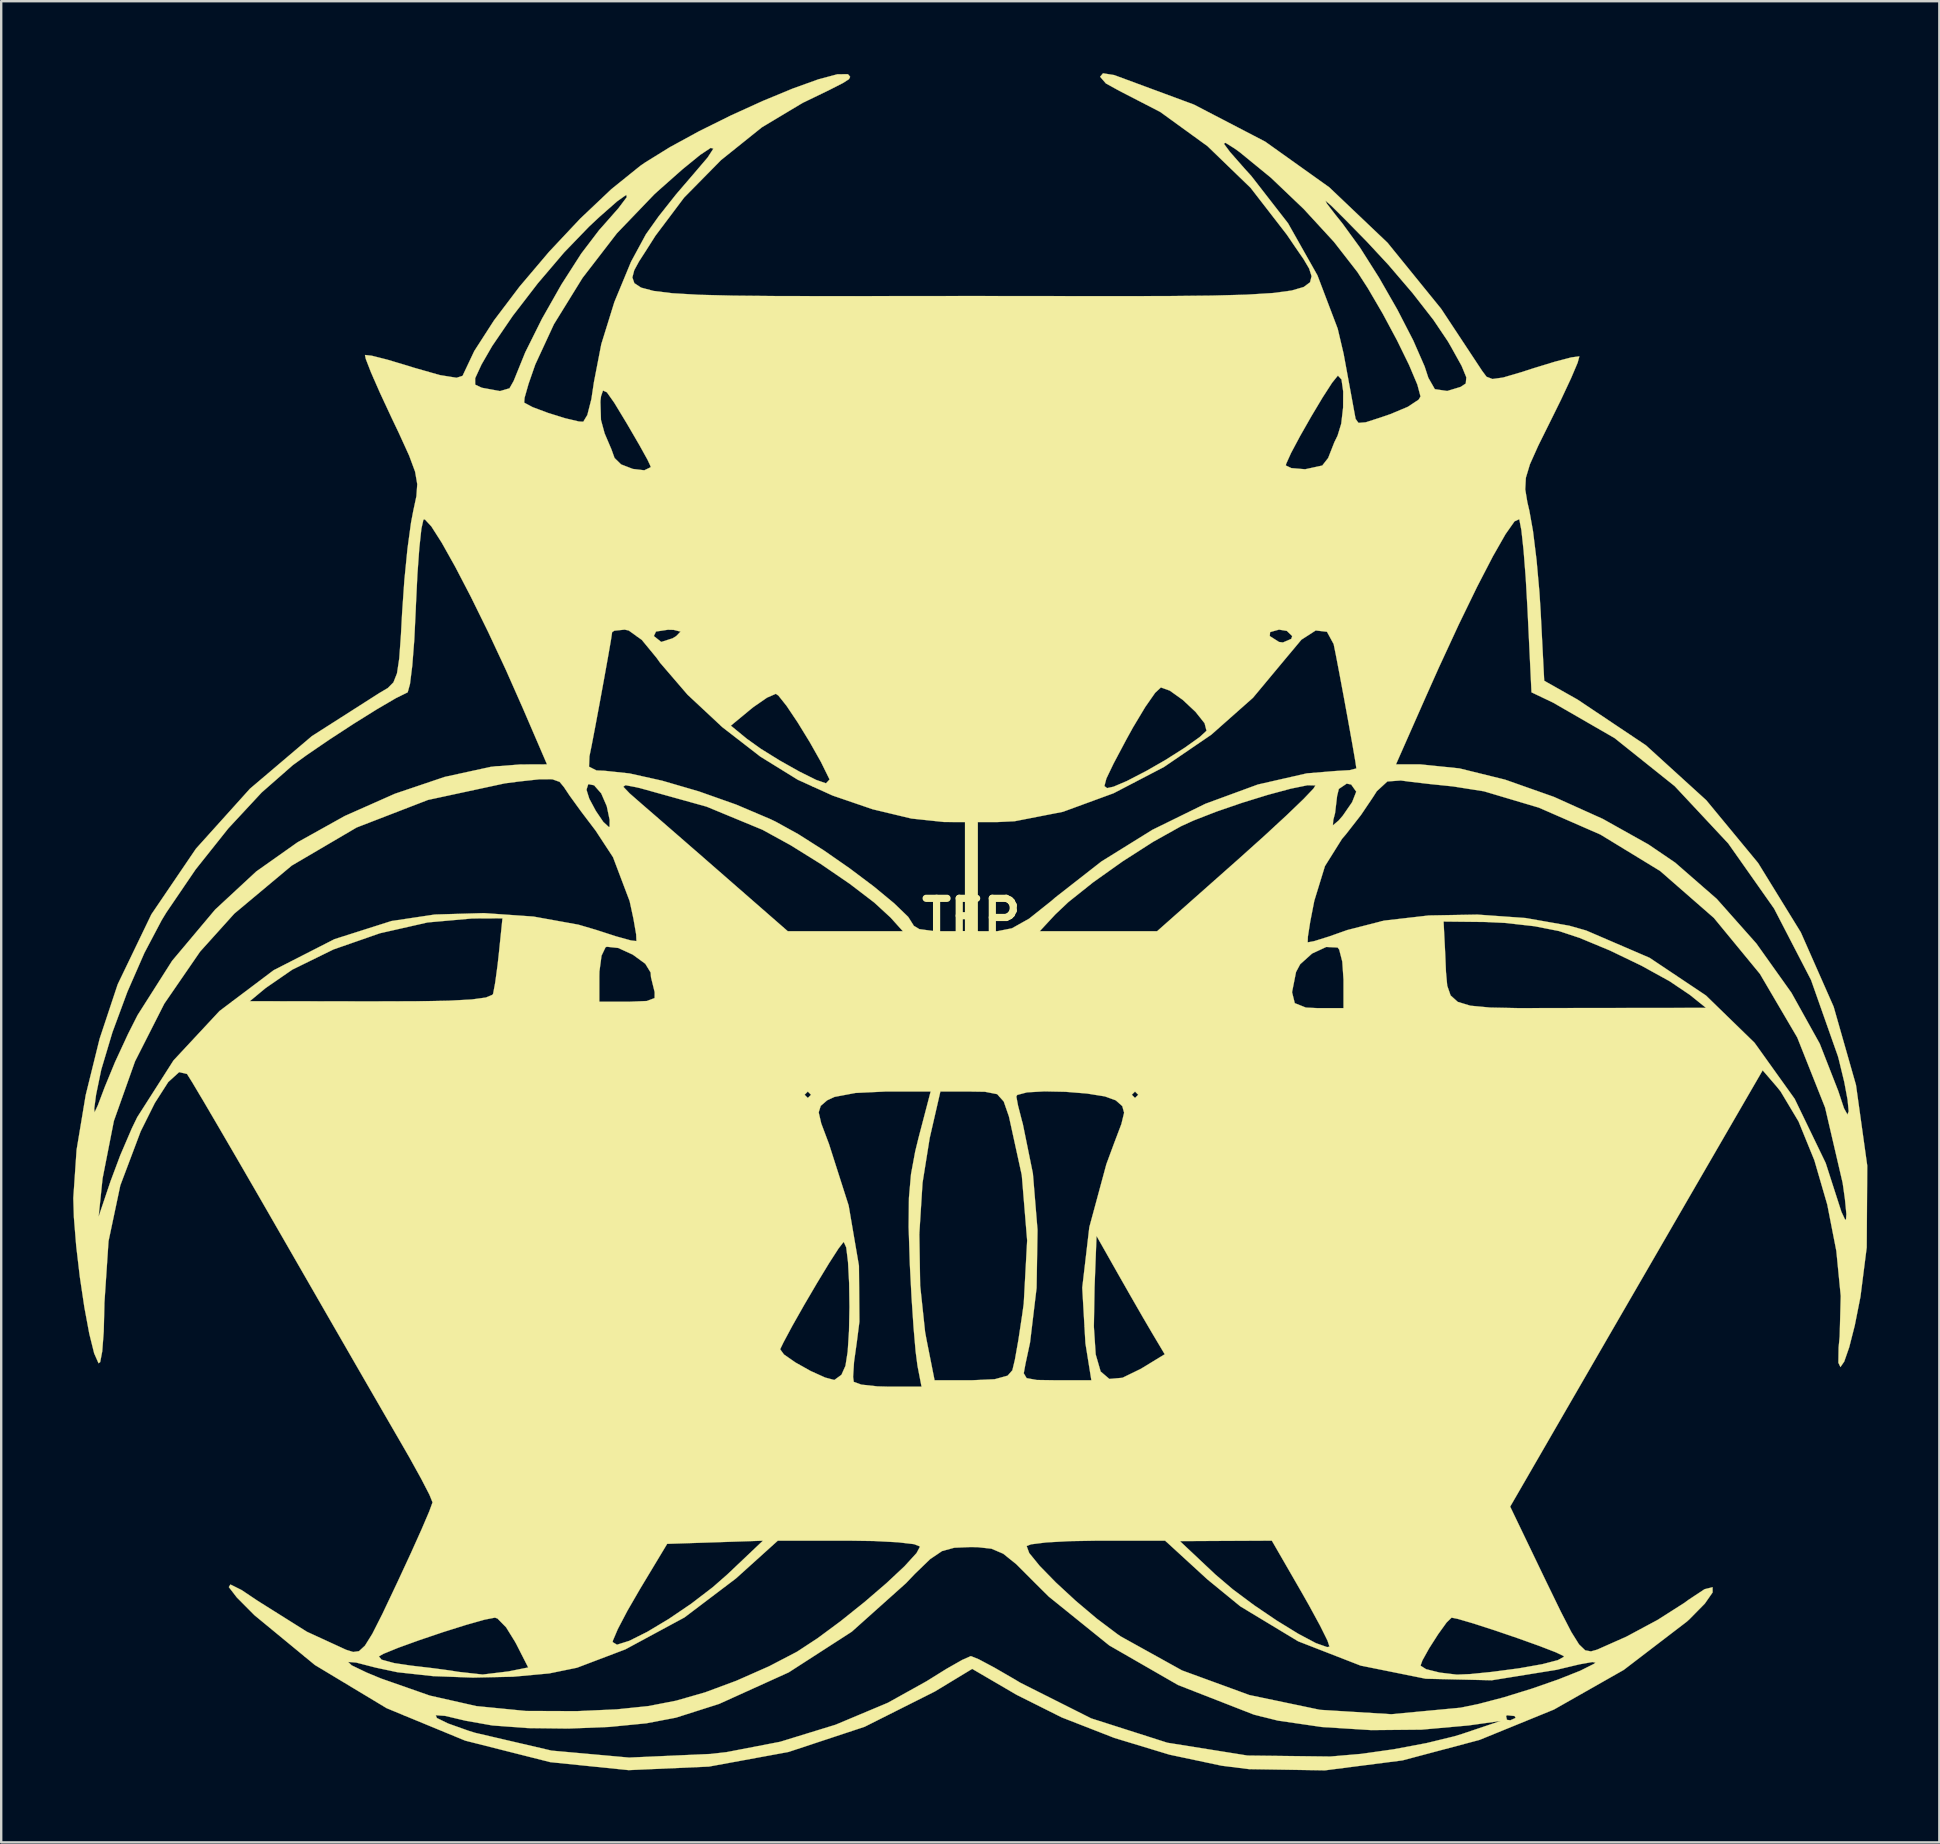
<source format=kicad_pcb>
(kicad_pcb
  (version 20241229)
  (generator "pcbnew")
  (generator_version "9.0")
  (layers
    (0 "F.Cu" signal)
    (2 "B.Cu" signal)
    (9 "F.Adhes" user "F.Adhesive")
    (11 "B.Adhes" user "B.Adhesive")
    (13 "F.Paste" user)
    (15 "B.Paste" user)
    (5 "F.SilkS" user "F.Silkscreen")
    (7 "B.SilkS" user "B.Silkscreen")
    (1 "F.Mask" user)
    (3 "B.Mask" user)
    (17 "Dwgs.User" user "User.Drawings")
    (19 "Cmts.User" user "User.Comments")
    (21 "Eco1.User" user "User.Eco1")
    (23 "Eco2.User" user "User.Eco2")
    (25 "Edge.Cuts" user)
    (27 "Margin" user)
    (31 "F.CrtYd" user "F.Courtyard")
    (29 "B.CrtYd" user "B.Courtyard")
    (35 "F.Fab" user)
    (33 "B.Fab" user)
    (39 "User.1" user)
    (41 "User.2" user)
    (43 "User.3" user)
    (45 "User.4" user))
  (footprint "TEP"
    (layer "F.Cu")
    (at 37.433 35.221)
    (property "Reference" "TEP" (at 0 0 0) (layer "F.SilkS") (effects (font (size 1.524 1.524) (thickness 0.3))))
    (attr through_hole)
    (fp_poly (pts (xy 5.949 -35.143) (xy 9.273 -33.913) (xy 12.243 -32.369) (xy 14.914 -30.464) (xy 17.34 -28.157) (xy 19.576 -25.402) (xy 21.285 -22.814) (xy 21.467 -22.57) (xy 21.716 -22.476) (xy 22.158 -22.538) (xy 22.922 -22.762) (xy 23.409 -22.92) (xy 24.315 -23.197) (xy 24.999 -23.376) (xy 25.327 -23.42) (xy 25.335 -23.415) (xy 25.263 -23.152) (xy 24.993 -22.516) (xy 24.57 -21.612) (xy 24.181 -20.824) (xy 23.624 -19.701) (xy 23.276 -18.924) (xy 23.106 -18.36) (xy 23.08 -17.877) (xy 23.168 -17.343) (xy 23.252 -16.986) (xy 23.404 -16.134) (xy 23.551 -14.938) (xy 23.672 -13.584) (xy 23.723 -12.771) (xy 23.871 -9.901) (xy 25.26 -9.117) (xy 28.108 -7.212) (xy 30.625 -4.922) (xy 32.786 -2.305) (xy 34.564 0.583) (xy 35.933 3.685) (xy 36.864 6.946) (xy 37.333 10.308) (xy 37.311 13.716) (xy 37.05 15.772) (xy 36.814 16.963) (xy 36.581 17.877) (xy 36.374 18.471) (xy 36.216 18.7) (xy 36.13 18.52) (xy 36.14 17.886) (xy 36.184 17.425) (xy 36.229 15.739) (xy 36.045 13.861) (xy 35.667 11.929) (xy 35.13 10.084) (xy 34.47 8.465) (xy 33.721 7.212) (xy 33.563 7.016) (xy 32.975 6.333) (xy 29.892 11.655) (xy 28.835 13.482) (xy 27.706 15.432) (xy 26.587 17.364) (xy 25.563 19.136) (xy 24.714 20.603) (xy 24.631 20.747) (xy 22.452 24.517) (xy 23.943 27.619) (xy 24.56 28.888) (xy 25.002 29.745) (xy 25.324 30.26) (xy 25.579 30.505) (xy 25.819 30.55) (xy 26.077 30.477) (xy 27.299 29.934) (xy 28.601 29.235) (xy 29.715 28.525) (xy 29.886 28.399) (xy 30.554 27.958) (xy 30.887 27.875) (xy 30.889 28.093) (xy 30.564 28.559) (xy 29.917 29.216) (xy 29.812 29.311) (xy 27.185 31.321) (xy 24.278 32.972) (xy 21.176 34.238) (xy 17.965 35.092) (xy 14.733 35.507) (xy 11.566 35.456) (xy 10.43 35.314) (xy 8.251 34.852) (xy 5.958 34.156) (xy 3.766 33.301) (xy 1.889 32.362) (xy 1.861 32.346) (xy 0.033 31.278) (xy -1.521 32.219) (xy -4.45 33.691) (xy -7.624 34.741) (xy -10.938 35.35) (xy -14.283 35.498) (xy -17.554 35.165) (xy -17.555 35.164) (xy -21.098 34.268) (xy -23.661 33.21) (xy -22.326 33.21) (xy -22.275 33.327) (xy -21.81 33.554) (xy -20.958 33.857) (xy -20.682 33.943) (xy -17.496 34.685) (xy -14.267 34.975) (xy -10.871 34.824) (xy -10.206 34.748) (xy -7.973 34.317) (xy -5.661 33.606) (xy -3.481 32.691) (xy -1.868 31.793) (xy -1.042 31.279) (xy -0.386 30.906) (xy -0.03 30.748) (xy -0.018 30.747) (xy 0.305 30.878) (xy 0.955 31.224) (xy 1.809 31.718) (xy 2.043 31.859) (xy 4.993 33.342) (xy 8.165 34.356) (xy 11.505 34.89) (xy 14.958 34.931) (xy 16.24 34.821) (xy 17.598 34.629) (xy 18.968 34.371) (xy 20.122 34.09) (xy 20.454 33.988) (xy 22.058 33.448) (xy 20.721 33.635) (xy 18.756 33.811) (xy 16.658 33.83) (xy 14.604 33.701) (xy 12.774 33.434) (xy 12.007 33.243) (xy 22.281 33.243) (xy 22.317 33.402) (xy 22.459 33.421) (xy 22.679 33.323) (xy 22.637 33.243) (xy 22.32 33.211) (xy 22.281 33.243) (xy 12.007 33.243) (xy 11.771 33.184) (xy 8.61 31.95) (xy 5.745 30.301) (xy 3.223 28.266) (xy 2.631 27.678) (xy 1.877 26.922) (xy 1.329 26.481) (xy 0.836 26.27) (xy 0.245 26.205) (xy -0.05 26.202) (xy -0.716 26.23) (xy -1.224 26.369) (xy -1.72 26.704) (xy -2.356 27.318) (xy -2.725 27.706) (xy -4.986 29.729) (xy -7.614 31.424) (xy -10.515 32.738) (xy -12.314 33.311) (xy -13.547 33.546) (xy -15.098 33.698) (xy -16.798 33.766) (xy -18.477 33.746) (xy -19.966 33.636) (xy -21.082 33.438) (xy -21.937 33.236) (xy -22.326 33.21) (xy -23.661 33.21) (xy -24.371 32.916) (xy -27.36 31.117) (xy -27.516 30.988) (xy -25.974 30.988) (xy -25.826 31.132) (xy -25.202 31.432) (xy -24.598 31.682) (xy -22.569 32.392) (xy -20.629 32.83) (xy -18.573 33.032) (xy -16.443 33.04) (xy -14.781 32.965) (xy -13.466 32.829) (xy -12.31 32.605) (xy -11.126 32.265) (xy -11.096 32.256) (xy -9.8 31.775) (xy -8.433 31.171) (xy -7.284 30.572) (xy -7.253 30.554) (xy -6.41 30.001) (xy -5.448 29.289) (xy -4.46 28.497) (xy -3.541 27.707) (xy -2.785 26.999) (xy -2.288 26.454) (xy -2.139 26.178) (xy -2.195 26.157) (xy 2.301 26.157) (xy 2.408 26.45) (xy 2.845 26.987) (xy 3.522 27.68) (xy 4.348 28.443) (xy 5.232 29.189) (xy 6.085 29.831) (xy 6.225 29.927) (xy 8.778 31.343) (xy 11.584 32.369) (xy 14.528 32.985) (xy 17.498 33.168) (xy 20.378 32.897) (xy 21.122 32.744) (xy 22.192 32.463) (xy 23.352 32.104) (xy 24.458 31.719) (xy 25.368 31.358) (xy 25.938 31.072) (xy 26.008 31.02) (xy 25.878 30.993) (xy 25.344 31.088) (xy 24.517 31.285) (xy 24.404 31.314) (xy 21.687 31.753) (xy 18.933 31.689) (xy 16.234 31.144) (xy 18.716 31.144) (xy 18.949 31.292) (xy 19.517 31.433) (xy 20.22 31.517) (xy 20.242 31.518) (xy 20.788 31.495) (xy 21.681 31.405) (xy 22.738 31.266) (xy 22.867 31.247) (xy 23.795 31.082) (xy 24.44 30.914) (xy 24.694 30.773) (xy 24.683 30.745) (xy 24.359 30.589) (xy 23.672 30.324) (xy 22.771 30.001) (xy 21.804 29.671) (xy 20.919 29.385) (xy 20.265 29.194) (xy 20.011 29.143) (xy 19.802 29.346) (xy 19.451 29.833) (xy 19.075 30.421) (xy 18.794 30.927) (xy 18.716 31.144) (xy 16.234 31.144) (xy 16.218 31.141) (xy 13.617 30.129) (xy 11.207 28.673) (xy 9.834 27.549) (xy 8.094 25.954) (xy 8.689 25.954) (xy 10.17 27.348) (xy 10.894 27.964) (xy 11.782 28.626) (xy 12.727 29.266) (xy 13.621 29.815) (xy 14.357 30.206) (xy 14.826 30.371) (xy 14.923 30.352) (xy 14.838 30.097) (xy 14.536 29.488) (xy 14.07 28.631) (xy 13.767 28.097) (xy 12.52 25.935) (xy 10.604 25.944) (xy 8.689 25.954) (xy 8.094 25.954) (xy 8.073 25.935) (xy 5.255 25.935) (xy 4.083 25.955) (xy 3.121 26.008) (xy 2.489 26.087) (xy 2.301 26.157) (xy -2.195 26.157) (xy -2.388 26.081) (xy -3.065 26.002) (xy -4.061 25.95) (xy -5.104 25.935) (xy -8.068 25.935) (xy -9.817 27.513) (xy -11.959 29.135) (xy -14.422 30.465) (xy -16.438 31.23) (xy -17.594 31.467) (xy -19.098 31.605) (xy -20.771 31.642) (xy -22.437 31.58) (xy -23.918 31.418) (xy -24.818 31.227) (xy -25.641 31.015) (xy -25.974 30.988) (xy -27.516 30.988) (xy -27.796 30.758) (xy -24.695 30.758) (xy -24.582 30.894) (xy -24.054 31.038) (xy -23.358 31.142) (xy -22.438 31.25) (xy -21.7 31.349) (xy -21.389 31.401) (xy -20.368 31.514) (xy -19.294 31.384) (xy -18.47 31.219) (xy -18.999 30.181) (xy -19.011 30.161) (xy -14.953 30.161) (xy -14.771 30.271) (xy -14.259 30.11) (xy -13.509 29.735) (xy -12.616 29.2) (xy -11.674 28.561) (xy -10.776 27.873) (xy -10.169 27.34) (xy -8.689 25.937) (xy -10.684 26.003) (xy -12.679 26.068) (xy -13.806 27.94) (xy -14.335 28.854) (xy -14.736 29.618) (xy -14.94 30.098) (xy -14.953 30.161) (xy -19.011 30.161) (xy -19.392 29.546) (xy -19.752 29.179) (xy -19.857 29.143) (xy -20.288 29.227) (xy -21.056 29.444) (xy -22.011 29.744) (xy -23.003 30.079) (xy -23.883 30.397) (xy -24.501 30.649) (xy -24.695 30.758) (xy -27.796 30.758) (xy -29.878 29.042) (xy -30.615 28.3) (xy -30.947 27.869) (xy -30.88 27.762) (xy -30.415 27.993) (xy -29.745 28.442) (xy -27.689 29.733) (xy -26.054 30.485) (xy -25.764 30.574) (xy -25.522 30.54) (xy -25.275 30.312) (xy -24.967 29.817) (xy -24.546 28.985) (xy -23.958 27.744) (xy -23.914 27.651) (xy -23.365 26.467) (xy -22.911 25.456) (xy -22.595 24.717) (xy -22.461 24.35) (xy -22.459 24.334) (xy -22.586 24.021) (xy -22.927 23.361) (xy -23.422 22.466) (xy -23.758 21.883) (xy -24.247 21.039) (xy -24.951 19.821) (xy -25.818 18.319) (xy -26.025 17.959) (xy -7.971 17.959) (xy -7.811 18.177) (xy -7.33 18.511) (xy -6.701 18.864) (xy -6.094 19.138) (xy -5.713 19.239) (xy -5.417 19.024) (xy -5.249 18.649) (xy -5.156 18.055) (xy -5.101 17.195) (xy -5.082 16.2) (xy -5.096 15.201) (xy -5.142 14.329) (xy -5.217 13.714) (xy -5.319 13.488) (xy -5.332 13.493) (xy -5.54 13.762) (xy -5.932 14.371) (xy -6.432 15.195) (xy -6.966 16.105) (xy -7.459 16.975) (xy -7.835 17.677) (xy -7.971 17.959) (xy -26.025 17.959) (xy -26.796 16.622) (xy -27.833 14.82) (xy -28.745 13.235) (xy -29.72 11.542) (xy -30.617 9.993) (xy -31.399 8.651) (xy -31.73 8.086) (xy -6.365 8.086) (xy -6.259 8.545) (xy -5.959 9.343) (xy -5.941 9.388) (xy -5.116 11.969) (xy -4.687 14.478) (xy -4.668 16.812) (xy -4.774 17.646) (xy -4.892 18.49) (xy -4.931 19.11) (xy -4.903 19.317) (xy -4.588 19.432) (xy -3.917 19.505) (xy -3.43 19.518) (xy -2.078 19.518) (xy -2.247 18.649) (xy -2.325 18.046) (xy -2.411 17.047) (xy -2.495 15.793) (xy -2.565 14.438) (xy -2.607 13.15) (xy -2.171 13.15) (xy -2.136 15.302) (xy -1.93 17.238) (xy -1.867 17.579) (xy -1.535 19.251) (xy 0.006 19.251) (xy 0.97 19.207) (xy 1.508 19.059) (xy 1.706 18.835) (xy 1.812 18.393) (xy 1.958 17.569) (xy 2.118 16.511) (xy 2.181 16.052) (xy 2.323 13.425) (xy 2.099 10.702) (xy 1.565 8.262) (xy 1.347 7.633) (xy 1.157 7.421) (xy 1.872 7.421) (xy 1.94 7.792) (xy 2.106 8.44) (xy 2.14 8.558) (xy 2.562 10.633) (xy 2.755 12.985) (xy 2.716 15.403) (xy 2.443 17.68) (xy 2.252 18.57) (xy 2.181 18.96) (xy 2.301 19.162) (xy 2.727 19.239) (xy 3.54 19.251) (xy 4.999 19.251) (xy 4.752 17.713) (xy 4.712 17.017) (xy 5.103 17.017) (xy 5.179 18.173) (xy 5.386 18.886) (xy 5.75 19.196) (xy 6.295 19.147) (xy 7.049 18.78) (xy 7.17 18.708) (xy 8.056 18.167) (xy 7.543 17.305) (xy 7.137 16.612) (xy 6.597 15.673) (xy 6.122 14.839) (xy 5.214 13.235) (xy 5.132 15.374) (xy 5.103 17.017) (xy 4.712 17.017) (xy 4.619 15.393) (xy 4.914 12.87) (xy 5.625 10.243) (xy 5.941 9.388) (xy 6.25 8.572) (xy 6.364 8.101) (xy 6.287 7.825) (xy 6.026 7.594) (xy 6.011 7.583) (xy 5.563 7.421) (xy 5.136 7.353) (xy 6.684 7.353) (xy 6.818 7.486) (xy 6.952 7.353) (xy 6.818 7.219) (xy 6.684 7.353) (xy 5.136 7.353) (xy 4.816 7.301) (xy 3.924 7.229) (xy 3.041 7.211) (xy 2.319 7.252) (xy 1.912 7.359) (xy 1.872 7.421) (xy 1.157 7.421) (xy 1.073 7.327) (xy 0.565 7.228) (xy -0.021 7.219) (xy -1.294 7.219) (xy -1.739 9.157) (xy -2.037 11.022) (xy -2.171 13.15) (xy -2.607 13.15) (xy -2.617 12.86) (xy -2.604 11.653) (xy -2.517 10.659) (xy -2.343 9.717) (xy -2.206 9.157) (xy -1.699 7.219) (xy -3.606 7.219) (xy -4.832 7.277) (xy -5.703 7.441) (xy -6.011 7.583) (xy -6.28 7.815) (xy -6.365 8.086) (xy -31.73 8.086) (xy -32.028 7.578) (xy -32.163 7.353) (xy -6.952 7.353) (xy -6.818 7.486) (xy -6.684 7.353) (xy -6.818 7.219) (xy -6.952 7.353) (xy -32.163 7.353) (xy -32.469 6.838) (xy -32.684 6.494) (xy -32.69 6.486) (xy -33.017 6.409) (xy -33.471 6.821) (xy -34.032 7.697) (xy -34.62 8.876) (xy -35.469 11.129) (xy -35.96 13.452) (xy -36.132 16.034) (xy -36.133 16.136) (xy -36.16 17.221) (xy -36.222 18.041) (xy -36.308 18.494) (xy -36.376 18.542) (xy -36.558 18.131) (xy -36.762 17.311) (xy -36.967 16.209) (xy -37.155 14.948) (xy -37.307 13.655) (xy -37.404 12.454) (xy -37.404 12.433) (xy -36.374 12.433) (xy -35.878 10.962) (xy -35.469 9.87) (xy -34.991 8.757) (xy -34.764 8.288) (xy -33.252 5.921) (xy -31.336 3.863) (xy -30.799 3.458) (xy -30.079 3.458) (xy -25.057 3.467) (xy -23.184 3.461) (xy -21.791 3.433) (xy -20.826 3.381) (xy -20.234 3.3) (xy -19.962 3.187) (xy -19.933 3.142) (xy -19.849 2.698) (xy -19.811 2.422) (xy -15.507 2.422) (xy -15.507 3.476) (xy -14.276 3.476) (xy -13.526 3.445) (xy -13.203 3.323) (xy -13.2 3.077) (xy 13.362 3.077) (xy 13.476 3.535) (xy 13.938 3.719) (xy 14.438 3.743) (xy 15.507 3.743) (xy 15.507 2.556) (xy 15.456 1.803) (xy 15.327 1.302) (xy 15.26 1.216) (xy 14.787 1.193) (xy 14.197 1.467) (xy 13.701 1.913) (xy 13.528 2.238) (xy 13.362 3.077) (xy -13.2 3.077) (xy -13.2 3.069) (xy -13.206 3.053) (xy -13.353 2.456) (xy -13.368 2.258) (xy -13.591 1.893) (xy -14.113 1.512) (xy -14.719 1.235) (xy -15.193 1.184) (xy -15.248 1.208) (xy -15.414 1.555) (xy -15.503 2.218) (xy -15.507 2.422) (xy -19.811 2.422) (xy -19.745 1.93) (xy -19.687 1.404) (xy -19.646 1.001) (xy 14.013 1.001) (xy 14.279 0.952) (xy 14.903 0.757) (xy 15.664 0.488) (xy 17.046 0.134) (xy 19.677 0.134) (xy 19.745 1.471) (xy 19.777 2.235) (xy 19.829 2.807) (xy 19.97 3.213) (xy 20.269 3.482) (xy 20.795 3.641) (xy 21.617 3.718) (xy 22.803 3.742) (xy 24.422 3.739) (xy 25.351 3.737) (xy 30.614 3.731) (xy 29.945 3.192) (xy 29.094 2.619) (xy 27.919 1.971) (xy 26.607 1.339) (xy 25.343 0.814) (xy 24.483 0.529) (xy 23.468 0.329) (xy 22.241 0.191) (xy 21.421 0.152) (xy 19.677 0.134) (xy 17.046 0.134) (xy 17.198 0.095) (xy 19.064 -0.12) (xy 21.087 -0.156) (xy 23.096 -0.013) (xy 24.917 0.308) (xy 25.621 0.508) (xy 28.263 1.645) (xy 30.611 3.215) (xy 32.636 5.185) (xy 34.309 7.523) (xy 35.601 10.197) (xy 36.257 12.232) (xy 36.403 12.542) (xy 36.447 12.566) (xy 36.464 12.327) (xy 36.404 11.707) (xy 36.309 11.029) (xy 35.577 7.886) (xy 34.416 4.964) (xy 32.86 2.314) (xy 30.943 -0.016) (xy 28.7 -1.975) (xy 26.215 -3.491) (xy 23.648 -4.613) (xy 21.359 -5.294) (xy 20.066 -5.498) (xy 19.095 -5.598) (xy 18.242 -5.698) (xy 17.895 -5.745) (xy 17.334 -5.704) (xy 16.895 -5.299) (xy 16.729 -5.04) (xy 16.236 -4.308) (xy 15.606 -3.5) (xy 15.443 -3.31) (xy 14.733 -2.176) (xy 14.289 -0.73) (xy 14.12 0.138) (xy 14.022 0.764) (xy 14.013 1.001) (xy -19.646 1.001) (xy -19.543 0) (xy -20.8 0.005) (xy -22.663 0.171) (xy -24.648 0.621) (xy -26.583 1.295) (xy -28.298 2.136) (xy -29.411 2.903) (xy -30.079 3.458) (xy -30.799 3.458) (xy -29.079 2.162) (xy -26.545 0.868) (xy -24.17 0.112) (xy -22.361 -0.159) (xy -20.317 -0.218) (xy -18.251 -0.074) (xy -16.377 0.264) (xy -15.644 0.48) (xy -14.804 0.752) (xy -14.195 0.92) (xy -13.96 0.948) (xy -13.972 0.666) (xy -14.085 0.015) (xy -14.243 -0.717) (xy -14.936 -2.549) (xy -15.66 -3.655) (xy -16.256 -4.44) (xy -16.743 -5.112) (xy -16.908 -5.36) (xy -16.042 -5.36) (xy -15.925 -4.986) (xy -15.652 -4.477) (xy -15.342 -4.02) (xy -15.112 -3.807) (xy -15.079 -3.815) (xy -15.077 -4.106) (xy -15.197 -4.675) (xy -15.428 -5.207) (xy -15.672 -5.485) (xy -14.508 -5.485) (xy -14.242 -5.206) (xy -13.728 -4.756) (xy -13.119 -4.229) (xy -12.23 -3.456) (xy -11.184 -2.546) (xy -10.182 -1.671) (xy -7.655 0.535) (xy -2.858 0.535) (xy -3.368 -0.032) (xy -4.05 -0.659) (xy -5.067 -1.436) (xy -6.277 -2.265) (xy -7.539 -3.05) (xy -8.703 -3.689) (xy -11.037 -4.655) (xy -13.814 -5.428) (xy -13.991 -5.468) (xy -14.415 -5.549) (xy -14.508 -5.485) (xy -15.672 -5.485) (xy -15.725 -5.545) (xy -15.967 -5.594) (xy -16.042 -5.36) (xy -16.908 -5.36) (xy -16.979 -5.467) (xy -17.161 -5.687) (xy -17.46 -5.794) (xy -17.995 -5.796) (xy -18.885 -5.699) (xy -19.444 -5.625) (xy -22.647 -4.935) (xy -25.621 -3.786) (xy -28.324 -2.199) (xy -30.717 -0.198) (xy -32.143 1.385) (xy -33.636 3.556) (xy -34.856 5.961) (xy -35.737 8.442) (xy -36.209 10.842) (xy -36.213 10.88) (xy -36.374 12.433) (xy -37.404 12.433) (xy -37.428 11.662) (xy -37.291 9.647) (xy -37.005 7.928) (xy -36.556 7.928) (xy -36.542 8.085) (xy -36.406 7.795) (xy -36.118 7.032) (xy -36.114 7.022) (xy -35.69 5.993) (xy -35.142 4.81) (xy -34.75 4.035) (xy -33.311 1.771) (xy -31.517 -0.364) (xy -29.805 -1.952) (xy -28.086 -3.167) (xy -26.114 -4.266) (xy -24.024 -5.193) (xy -21.95 -5.894) (xy -20.026 -6.314) (xy -19.955 -6.32) (xy -15.936 -6.32) (xy -15.627 -6.164) (xy -15.288 -6.149) (xy -14.251 -6.039) (xy -12.889 -5.736) (xy -11.354 -5.288) (xy -9.801 -4.739) (xy -8.382 -4.136) (xy -8.155 -4.027) (xy -7.215 -3.508) (xy -6.157 -2.836) (xy -5.075 -2.084) (xy -4.063 -1.323) (xy -3.218 -0.624) (xy -2.634 -0.06) (xy -2.407 0.298) (xy -2.406 0.307) (xy -2.169 0.45) (xy -1.576 0.529) (xy -1.337 0.535) (xy -0.267 0.535) (xy -0.267 -4.011) (xy 0.267 -4.011) (xy 0.267 0.535) (xy 1.087 0.535) (xy 2.848 0.535) (xy 7.74 0.535) (xy 11.099 -2.441) (xy 12.201 -3.43) (xy 12.68 -3.873) (xy 15.062 -3.873) (xy 15.304 -4.076) (xy 15.477 -4.278) (xy 15.866 -4.842) (xy 16.036 -5.274) (xy 16.036 -5.281) (xy 15.827 -5.576) (xy 15.641 -5.615) (xy 15.312 -5.393) (xy 15.24 -5.102) (xy 15.155 -4.385) (xy 15.081 -4.099) (xy 15.062 -3.873) (xy 12.68 -3.873) (xy 13.136 -4.294) (xy 13.843 -4.974) (xy 14.256 -5.408) (xy 14.337 -5.538) (xy 14.01 -5.547) (xy 13.309 -5.404) (xy 12.358 -5.148) (xy 11.282 -4.816) (xy 10.208 -4.447) (xy 9.26 -4.078) (xy 8.74 -3.841) (xy 7.576 -3.191) (xy 6.3 -2.373) (xy 5.07 -1.499) (xy 4.041 -0.678) (xy 3.496 -0.163) (xy 2.848 0.535) (xy 1.087 0.535) (xy 1.689 0.415) (xy 2.402 0.015) (xy 3.334 -0.727) (xy 3.497 -0.869) (xy 5.417 -2.369) (xy 7.541 -3.688) (xy 9.752 -4.774) (xy 11.936 -5.576) (xy 13.98 -6.042) (xy 15.173 -6.14) (xy 15.765 -6.175) (xy 16.04 -6.246) (xy 16.042 -6.254) (xy 16.018 -6.417) (xy 17.693 -6.417) (xy 18.697 -6.417) (xy 20.336 -6.249) (xy 22.242 -5.779) (xy 24.28 -5.06) (xy 26.316 -4.142) (xy 28.215 -3.079) (xy 29.328 -2.322) (xy 31.061 -0.811) (xy 32.71 1.046) (xy 34.175 3.104) (xy 35.353 5.222) (xy 36.123 7.191) (xy 36.364 7.916) (xy 36.509 8.178) (xy 36.559 8.041) (xy 36.515 7.568) (xy 36.376 6.822) (xy 36.144 5.866) (xy 36.112 5.748) (xy 34.991 2.568) (xy 33.45 -0.409) (xy 31.54 -3.122) (xy 29.308 -5.51) (xy 26.804 -7.512) (xy 24.244 -8.988) (xy 23.341 -9.419) (xy 23.175 -12.877) (xy 23.1 -14.199) (xy 23.011 -15.337) (xy 22.92 -16.177) (xy 22.836 -16.611) (xy 22.826 -16.632) (xy 22.634 -16.544) (xy 22.26 -16.013) (xy 21.732 -15.087) (xy 21.074 -13.817) (xy 20.313 -12.251) (xy 19.474 -10.438) (xy 18.962 -9.291) (xy 17.693 -6.417) (xy 16.018 -6.417) (xy 15.997 -6.558) (xy 15.878 -7.246) (xy 15.711 -8.175) (xy 15.523 -9.203) (xy 15.339 -10.188) (xy 15.186 -10.987) (xy 15.096 -11.43) (xy 14.817 -11.942) (xy 14.349 -11.997) (xy 13.752 -11.612) (xy 13.121 -10.857) (xy 11.734 -9.192) (xy 9.998 -7.654) (xy 8.024 -6.307) (xy 5.926 -5.214) (xy 3.814 -4.44) (xy 1.801 -4.047) (xy 1.056 -4.011) (xy 0.267 -4.011) (xy -0.267 -4.011) (xy -1.136 -4.014) (xy -2.5 -4.159) (xy -4.114 -4.545) (xy -5.782 -5.116) (xy -6.654 -5.512) (xy 5.542 -5.512) (xy 5.654 -5.427) (xy 5.923 -5.486) (xy 6.477 -5.722) (xy 7.294 -6.145) (xy 8.082 -6.597) (xy 8.892 -7.111) (xy 9.513 -7.554) (xy 9.798 -7.817) (xy 9.717 -8.131) (xy 9.338 -8.607) (xy 8.806 -9.105) (xy 8.268 -9.489) (xy 7.897 -9.622) (xy 7.657 -9.399) (xy 7.244 -8.807) (xy 6.73 -7.95) (xy 6.458 -7.456) (xy 5.922 -6.447) (xy 5.624 -5.825) (xy 5.542 -5.512) (xy -6.654 -5.512) (xy -7.237 -5.776) (xy -8.796 -6.74) (xy -10.383 -7.969) (xy -10.448 -8.03) (xy -10.026 -8.03) (xy -9.358 -7.482) (xy -8.772 -7.063) (xy -7.988 -6.577) (xy -7.166 -6.115) (xy -6.468 -5.768) (xy -6.06 -5.627) (xy -5.914 -5.784) (xy -5.927 -5.82) (xy -6.271 -6.518) (xy -6.737 -7.344) (xy -7.243 -8.168) (xy -7.705 -8.857) (xy -8.043 -9.282) (xy -8.15 -9.357) (xy -8.516 -9.198) (xy -9.081 -8.808) (xy -9.224 -8.693) (xy -10.026 -8.03) (xy -10.448 -8.03) (xy -11.83 -9.32) (xy -12.973 -10.649) (xy -13.121 -10.857) (xy -13.736 -11.604) (xy -13.959 -11.764) (xy -13.235 -11.764) (xy -12.927 -11.518) (xy -12.452 -11.67) (xy -12.299 -11.764) (xy 12.433 -11.764) (xy 12.819 -11.518) (xy 12.983 -11.497) (xy 13.329 -11.646) (xy 13.368 -11.764) (xy 13.144 -11.979) (xy 12.818 -12.032) (xy 12.448 -11.929) (xy 12.433 -11.764) (xy -12.299 -11.764) (xy -12.121 -11.949) (xy -12.404 -12.021) (xy -12.649 -12.027) (xy -13.145 -11.952) (xy -13.235 -11.764) (xy -13.959 -11.764) (xy -14.281 -11.995) (xy -14.451 -12.032) (xy -14.879 -11.987) (xy -14.973 -11.927) (xy -15.018 -11.623) (xy -15.137 -10.935) (xy -15.304 -10.006) (xy -15.492 -8.978) (xy -15.676 -7.993) (xy -15.829 -7.194) (xy -15.919 -6.751) (xy -15.936 -6.32) (xy -19.955 -6.32) (xy -18.803 -6.413) (xy -17.687 -6.417) (xy -18.694 -8.756) (xy -19.41 -10.374) (xy -20.142 -11.94) (xy -20.854 -13.388) (xy -21.51 -14.648) (xy -22.073 -15.653) (xy -22.508 -16.335) (xy -22.779 -16.626) (xy -22.838 -16.613) (xy -22.922 -16.236) (xy -23.008 -15.438) (xy -23.088 -14.332) (xy -23.151 -13.031) (xy -23.156 -12.893) (xy -23.218 -11.606) (xy -23.302 -10.53) (xy -23.397 -9.767) (xy -23.492 -9.422) (xy -23.505 -9.413) (xy -23.983 -9.177) (xy -24.771 -8.716) (xy -25.74 -8.112) (xy -26.761 -7.446) (xy -27.705 -6.801) (xy -28.278 -6.386) (xy -29.578 -5.245) (xy -30.968 -3.749) (xy -32.331 -2.037) (xy -33.55 -0.245) (xy -33.743 0.072) (xy -34.467 1.444) (xy -35.175 3.063) (xy -35.797 4.746) (xy -36.264 6.307) (xy -36.48 7.353) (xy -36.556 7.928) (xy -37.005 7.928) (xy -36.912 7.369) (xy -36.331 5.017) (xy -35.589 2.783) (xy -35.566 2.725) (xy -34.173 -0.169) (xy -32.317 -2.902) (xy -30.066 -5.402) (xy -27.485 -7.594) (xy -24.672 -9.39) (xy -24.322 -9.597) (xy -24.087 -9.834) (xy -23.938 -10.211) (xy -23.844 -10.833) (xy -23.774 -11.809) (xy -23.725 -12.732) (xy -23.631 -14.093) (xy -23.501 -15.409) (xy -23.353 -16.495) (xy -23.261 -16.978) (xy -23.129 -17.594) (xy -23.094 -18.095) (xy -23.184 -18.614) (xy -23.432 -19.284) (xy -23.867 -20.238) (xy -24.158 -20.848) (xy -24.457 -21.49) (xy -18.638 -21.49) (xy -18.283 -21.302) (xy -17.639 -21.061) (xy -16.924 -20.839) (xy -16.356 -20.705) (xy -16.176 -20.696) (xy -16.006 -20.977) (xy -15.861 -21.547) (xy -15.462 -21.547) (xy -15.438 -20.77) (xy -15.286 -20.21) (xy -15.001 -19.542) (xy -14.872 -19.184) (xy -14.599 -18.917) (xy -14.112 -18.729) (xy -13.631 -18.672) (xy -13.374 -18.796) (xy -13.368 -18.835) (xy -13.386 -18.873) (xy 13.101 -18.873) (xy 13.334 -18.763) (xy 13.896 -18.716) (xy 13.912 -18.716) (xy 14.621 -18.87) (xy 14.867 -19.184) (xy 15.124 -19.838) (xy 15.26 -20.116) (xy 15.412 -20.614) (xy 15.49 -21.285) (xy 15.494 -21.956) (xy 15.423 -22.457) (xy 15.278 -22.614) (xy 15.262 -22.606) (xy 15.032 -22.321) (xy 14.638 -21.711) (xy 14.166 -20.922) (xy 13.698 -20.1) (xy 13.32 -19.391) (xy 13.116 -18.94) (xy 13.101 -18.873) (xy -13.386 -18.873) (xy -13.495 -19.106) (xy -13.83 -19.711) (xy -14.304 -20.526) (xy -14.371 -20.64) (xy -14.884 -21.487) (xy -15.191 -21.922) (xy -15.354 -21.996) (xy -15.435 -21.76) (xy -15.462 -21.547) (xy -15.861 -21.547) (xy -15.838 -21.636) (xy -15.731 -22.347) (xy -15.424 -23.93) (xy -14.879 -25.685) (xy -14.184 -27.364) (xy -13.564 -28.508) (xy -13.035 -29.253) (xy -12.305 -30.175) (xy -11.603 -30.992) (xy -10.992 -31.708) (xy -10.754 -32.076) (xy -10.866 -32.108) (xy -11.305 -31.816) (xy -12.047 -31.211) (xy -13.071 -30.304) (xy -13.216 -30.172) (xy -14.773 -28.55) (xy -16.207 -26.689) (xy -17.399 -24.759) (xy -18.176 -23.081) (xy -18.457 -22.273) (xy -18.622 -21.693) (xy -18.638 -21.49) (xy -24.457 -21.49) (xy -24.647 -21.898) (xy -24.915 -22.508) (xy -20.681 -22.508) (xy -20.68 -22.241) (xy -20.408 -22.114) (xy -20.384 -22.108) (xy -19.646 -21.973) (xy -19.25 -22.089) (xy -19.078 -22.392) (xy -18.594 -23.586) (xy -17.898 -24.983) (xy -17.087 -26.413) (xy -16.259 -27.704) (xy -15.513 -28.684) (xy -15.442 -28.762) (xy -14.712 -29.591) (xy -14.363 -30.055) (xy -14.384 -30.151) (xy -14.765 -29.88) (xy -15.494 -29.239) (xy -15.936 -28.826) (xy -16.972 -27.753) (xy -18.071 -26.463) (xy -19.111 -25.112) (xy -19.97 -23.854) (xy -20.417 -23.08) (xy -20.681 -22.508) (xy -24.915 -22.508) (xy -25.023 -22.755) (xy -25.24 -23.315) (xy -25.273 -23.477) (xy -24.992 -23.447) (xy -24.335 -23.281) (xy -23.433 -23.011) (xy -23.239 -22.949) (xy -22.152 -22.639) (xy -21.456 -22.528) (xy -21.207 -22.607) (xy -20.718 -23.642) (xy -19.898 -24.915) (xy -18.832 -26.325) (xy -17.605 -27.773) (xy -16.301 -29.161) (xy -15.005 -30.388) (xy -13.803 -31.357) (xy -13.598 -31.499) (xy -12.569 -32.136) (xy -11.347 -32.803) (xy -10.024 -33.459) (xy -8.694 -34.064) (xy -7.45 -34.579) (xy -6.383 -34.963) (xy -5.586 -35.176) (xy -5.152 -35.179) (xy -5.125 -35.159) (xy -5.054 -35.07) (xy -5.103 -34.971) (xy -5.358 -34.809) (xy -5.906 -34.529) (xy -6.835 -34.079) (xy -7.036 -33.982) (xy -8.731 -32.966) (xy -10.433 -31.601) (xy -11.971 -30.04) (xy -13.175 -28.438) (xy -13.233 -28.344) (xy -13.566 -27.82) (xy -13.852 -27.377) (xy -14.052 -27.009) (xy -14.13 -26.709) (xy -14.047 -26.47) (xy -13.766 -26.285) (xy -13.249 -26.147) (xy -12.46 -26.05) (xy -11.36 -25.986) (xy -9.912 -25.95) (xy -8.078 -25.933) (xy -5.821 -25.93) (xy -3.103 -25.932) (xy 0 -25.935) (xy 3.215 -25.932) (xy 5.932 -25.929) (xy 8.188 -25.933) (xy 10.02 -25.952) (xy 11.465 -25.991) (xy 12.56 -26.059) (xy 13.342 -26.163) (xy 13.847 -26.31) (xy 14.113 -26.507) (xy 14.176 -26.761) (xy 14.074 -27.08) (xy 13.843 -27.471) (xy 13.52 -27.94) (xy 13.142 -28.496) (xy 13.139 -28.5) (xy 11.636 -30.442) (xy 9.836 -32.182) (xy 9.697 -32.282) (xy 10.521 -32.282) (xy 10.775 -31.94) (xy 11.373 -31.258) (xy 11.665 -30.936) (xy 13.195 -28.967) (xy 14.421 -26.795) (xy 15.264 -24.576) (xy 15.511 -23.527) (xy 15.695 -22.528) (xy 15.854 -21.665) (xy 15.941 -21.189) (xy 16.011 -20.814) (xy 16.13 -20.647) (xy 16.433 -20.672) (xy 17.055 -20.873) (xy 17.465 -21.014) (xy 18.187 -21.317) (xy 18.639 -21.616) (xy 18.716 -21.749) (xy 18.585 -22.242) (xy 18.238 -23.064) (xy 17.736 -24.09) (xy 17.144 -25.195) (xy 16.526 -26.253) (xy 16.089 -26.931) (xy 15.107 -28.193) (xy 13.846 -29.564) (xy 13.483 -29.91) (xy 14.754 -29.91) (xy 14.816 -29.783) (xy 15.162 -29.332) (xy 15.462 -28.958) (xy 16.196 -27.949) (xy 16.986 -26.702) (xy 17.753 -25.363) (xy 18.414 -24.08) (xy 18.888 -22.998) (xy 19.043 -22.525) (xy 19.313 -22.053) (xy 19.827 -21.977) (xy 20.388 -22.147) (xy 20.602 -22.289) (xy 20.625 -22.546) (xy 20.429 -23.024) (xy 19.983 -23.827) (xy 19.853 -24.051) (xy 19.252 -24.944) (xy 18.386 -26.055) (xy 17.378 -27.234) (xy 16.489 -28.191) (xy 15.569 -29.13) (xy 14.998 -29.697) (xy 14.754 -29.91) (xy 13.483 -29.91) (xy 12.477 -30.869) (xy 11.176 -31.933) (xy 10.962 -32.086) (xy 10.59 -32.32) (xy 10.521 -32.282) (xy 9.697 -32.282) (xy 7.871 -33.605) (xy 6.174 -34.48) (xy 5.604 -34.794) (xy 5.363 -35.072) (xy 5.484 -35.216) (xy 5.949 -35.143)) (stroke (width 0.01) (type solid)) (fill yes) (layer "F.SilkS")))
  (gr_rect
    (start -3 -3)
    (end 77.771 73.732)
    (stroke (width 0.1) (type default))
    (fill no)
    (layer "Edge.Cuts")))
</source>
